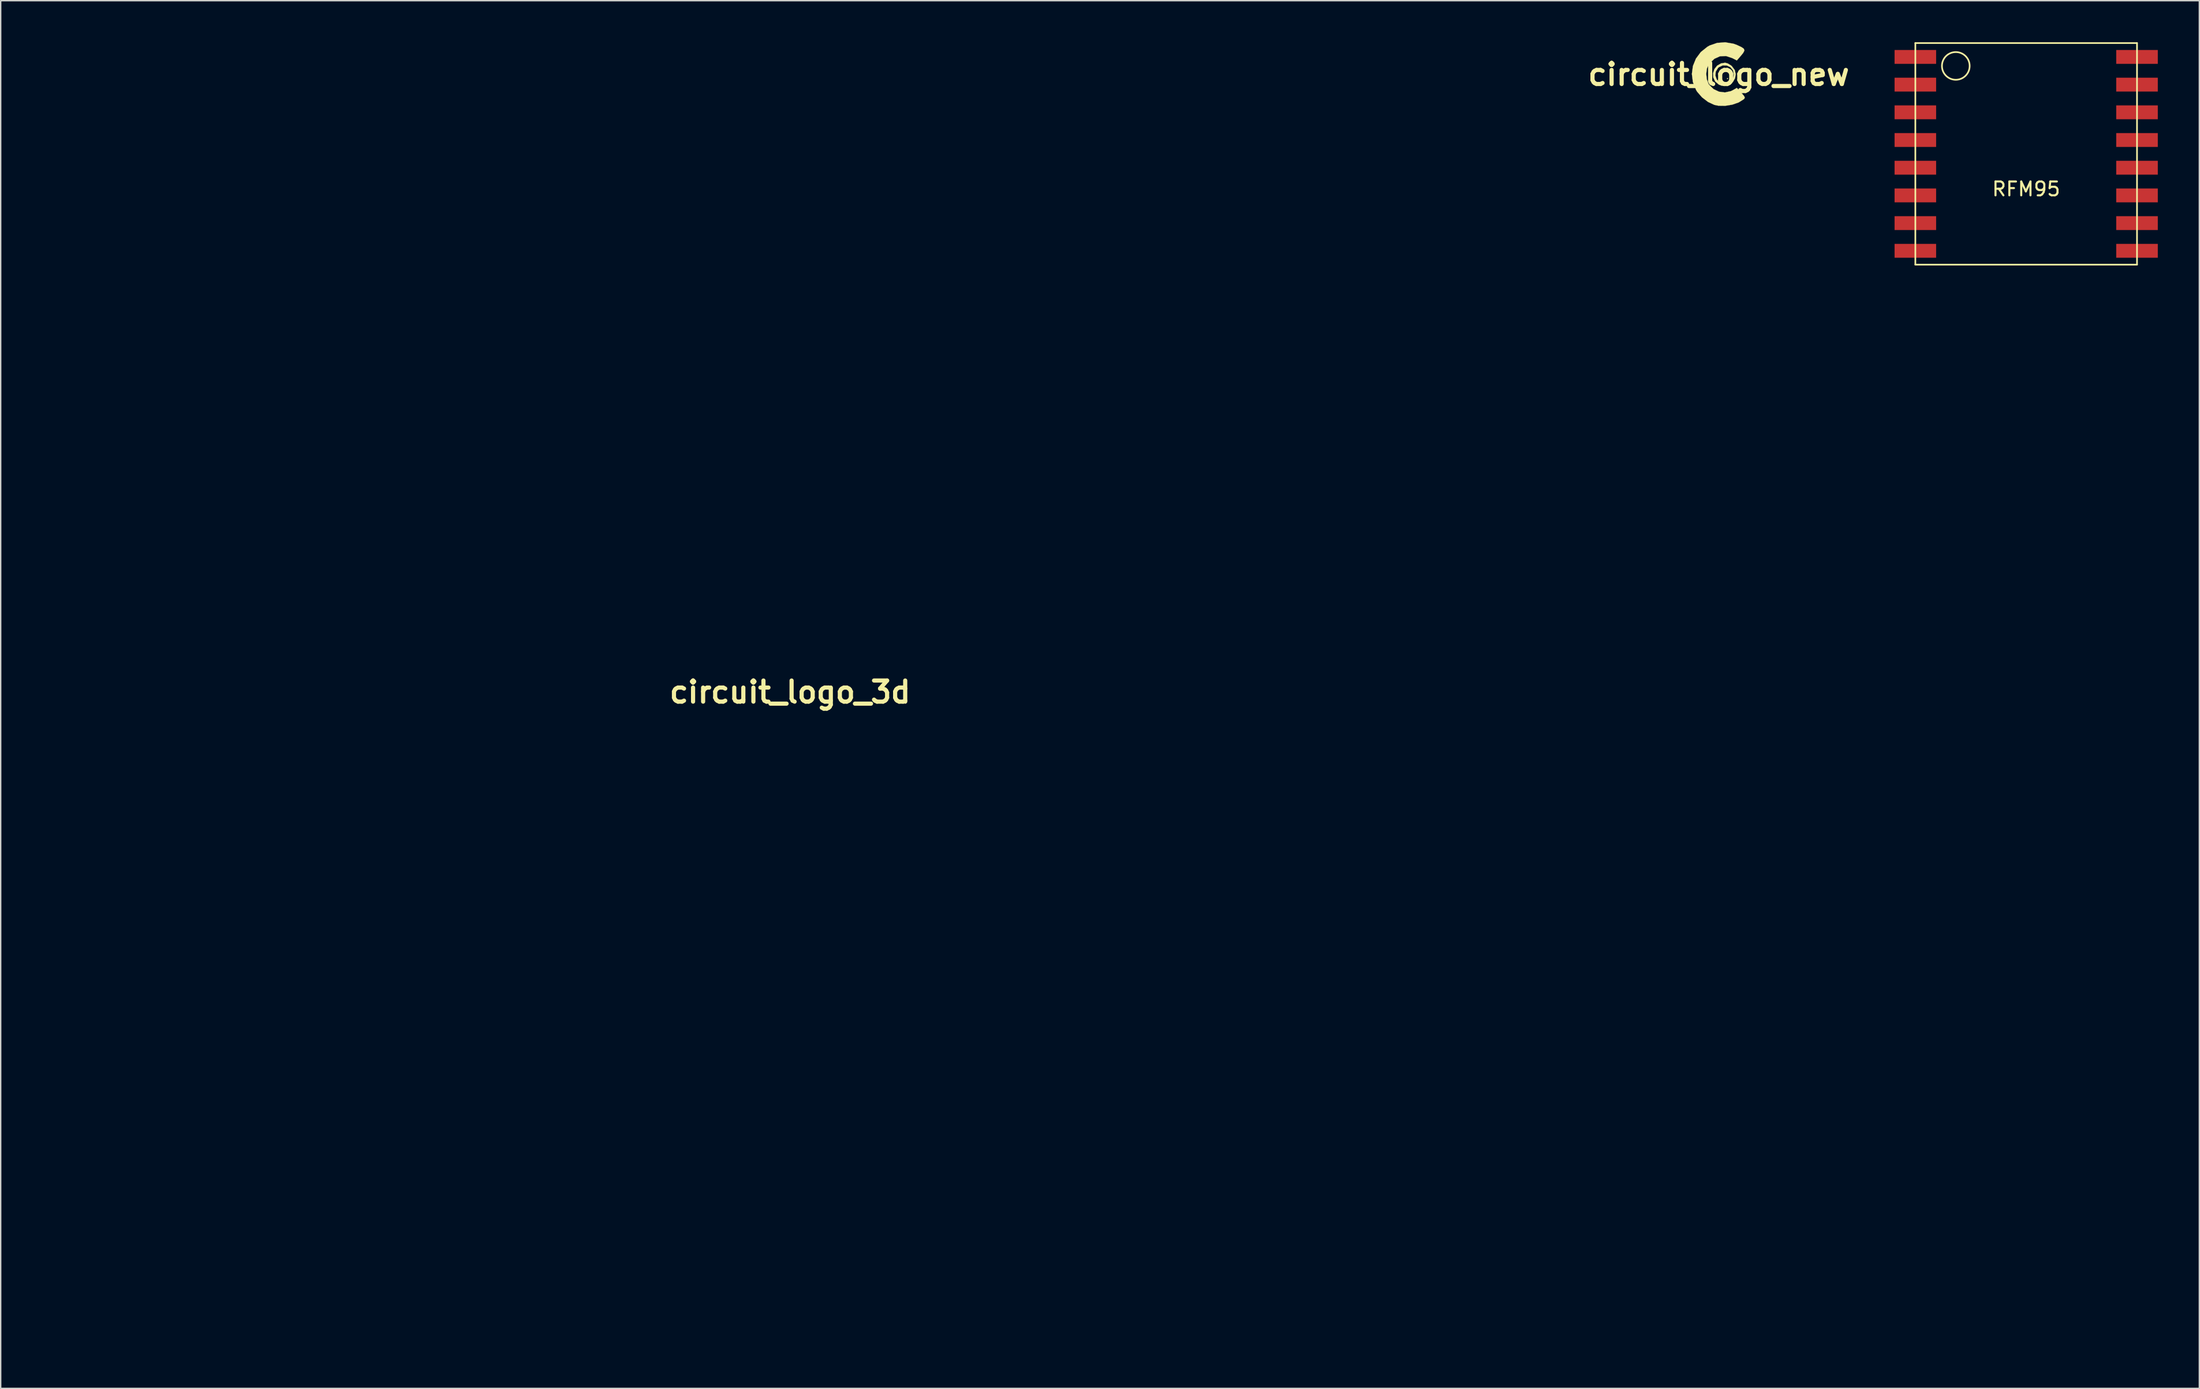
<source format=kicad_pcb>
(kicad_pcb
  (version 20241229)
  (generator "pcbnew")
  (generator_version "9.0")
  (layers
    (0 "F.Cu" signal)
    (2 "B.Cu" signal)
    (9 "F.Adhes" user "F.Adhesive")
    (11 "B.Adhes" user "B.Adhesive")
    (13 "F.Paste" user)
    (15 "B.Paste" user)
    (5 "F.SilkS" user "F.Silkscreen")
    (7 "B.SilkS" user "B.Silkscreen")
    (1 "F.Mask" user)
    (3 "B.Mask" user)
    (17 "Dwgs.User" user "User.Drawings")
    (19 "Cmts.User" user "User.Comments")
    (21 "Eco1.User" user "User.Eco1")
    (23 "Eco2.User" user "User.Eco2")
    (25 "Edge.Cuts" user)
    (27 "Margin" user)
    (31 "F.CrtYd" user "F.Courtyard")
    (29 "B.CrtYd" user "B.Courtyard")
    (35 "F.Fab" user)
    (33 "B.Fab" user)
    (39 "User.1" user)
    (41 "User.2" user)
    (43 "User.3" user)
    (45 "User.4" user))
  (footprint "circuit_logo_new"
    (layer "F.Cu")
    (at 121.008 2.326)
    (property "Reference" "circuit_logo_new" (at 0 0 0) (layer "F.SilkS") (effects (font (size 1.524 1.524) (thickness 0.3))))
    (attr through_hole)
    (fp_poly (pts (xy 0.677 0.296) (xy 0.635 0.339) (xy 0.593 0.296) (xy 0.635 0.254) (xy 0.677 0.296)) (stroke (width 0.01) (type solid)) (fill yes) (layer "F.SilkS"))
    (fp_poly (pts (xy 0.409 -0.296) (xy 0.423 -0.259) (xy 0.367 -0.148) (xy 0.259 -0.122) (xy 0.223 -0.143) (xy 0.172 -0.266) (xy 0.263 -0.336) (xy 0.296 -0.339) (xy 0.409 -0.296)) (stroke (width 0.01) (type solid)) (fill yes) (layer "F.SilkS"))
    (fp_poly (pts (xy 0.66 -0.792) (xy 0.885 -0.654) (xy 0.949 -0.601) (xy 1.159 -0.323) (xy 1.23 -0.022) (xy 1.181 0.273) (xy 1.033 0.533) (xy 0.808 0.729) (xy 0.525 0.831) (xy 0.206 0.81) (xy 0.009 0.729) (xy -0.255 0.503) (xy -0.39 0.218) (xy -0.396 0.085) (xy -0.237 0.085) (xy -0.144 0.355) (xy 0.052 0.565) (xy 0.334 0.672) (xy 0.423 0.677) (xy 0.72 0.598) (xy 0.893 0.47) (xy 1.066 0.197) (xy 1.101 0) (xy 1.029 -0.302) (xy 0.843 -0.523) (xy 0.585 -0.647) (xy 0.297 -0.654) (xy 0.021 -0.529) (xy -0.046 -0.47) (xy -0.211 -0.204) (xy -0.237 0.085) (xy -0.396 0.085) (xy -0.404 -0.09) (xy -0.308 -0.386) (xy -0.113 -0.634) (xy 0.17 -0.798) (xy 0.468 -0.847) (xy 0.66 -0.792)) (stroke (width 0.01) (type solid)) (fill yes) (layer "F.SilkS"))
    (fp_poly (pts (xy 1.065 -2.22) (xy 1.331 -2.122) (xy 1.648 -1.973) (xy 1.819 -1.851) (xy 1.856 -1.723) (xy 1.771 -1.557) (xy 1.623 -1.373) (xy 1.312 -1.011) (xy 0.977 -1.183) (xy 0.528 -1.331) (xy 0.096 -1.313) (xy -0.307 -1.133) (xy -0.666 -0.795) (xy -0.712 -0.735) (xy -0.851 -0.424) (xy -0.899 -0.038) (xy -0.855 0.359) (xy -0.721 0.699) (xy -0.692 0.742) (xy -0.373 1.056) (xy 0.023 1.244) (xy 0.454 1.298) (xy 0.88 1.206) (xy 1.027 1.134) (xy 1.312 0.97) (xy 1.629 1.319) (xy 1.806 1.522) (xy 1.88 1.644) (xy 1.866 1.728) (xy 1.799 1.798) (xy 1.438 2.023) (xy 0.976 2.182) (xy 0.471 2.264) (xy -0.018 2.258) (xy -0.308 2.199) (xy -0.767 1.985) (xy -1.2 1.654) (xy -1.547 1.256) (xy -1.631 1.122) (xy -1.861 0.549) (xy -1.935 -0.037) (xy -1.859 -0.611) (xy -1.641 -1.146) (xy -1.29 -1.617) (xy -0.812 -2) (xy -0.647 -2.093) (xy -0.109 -2.278) (xy 0.477 -2.321) (xy 1.065 -2.22)) (stroke (width 0.01) (type solid)) (fill yes) (layer "F.SilkS")))
  (footprint "circuit_logo_3d"
    (layer "F.Cu")
    (at 53.98 46.924)
    (property "Reference" "circuit_logo_3d" (at 0 0 0) (layer "F.SilkS") (effects (font (size 1.524 1.524) (thickness 0.3))))
    (attr through_hole)
    (fp_poly (pts (xy -20.461 -10.76) (xy -20.637 -10.583) (xy -20.814 -10.76) (xy -20.637 -10.936) (xy -20.461 -10.76)) (stroke (width 0.01) (type solid)) (fill no) (layer "Eco2.User"))
    (fp_poly (pts (xy -14.111 28.751) (xy -14.287 28.928) (xy -14.464 28.751) (xy -14.287 28.575) (xy -14.111 28.751)) (stroke (width 0.01) (type solid)) (fill no) (layer "Eco2.User"))
    (fp_poly (pts (xy 11.994 -24.165) (xy 11.818 -23.989) (xy 11.642 -24.165) (xy 11.818 -24.342) (xy 11.994 -24.165)) (stroke (width 0.01) (type solid)) (fill no) (layer "Eco2.User"))
    (fp_poly (pts (xy 12.7 -23.812) (xy 12.524 -23.636) (xy 12.347 -23.812) (xy 12.524 -23.989) (xy 12.7 -23.812)) (stroke (width 0.01) (type solid)) (fill no) (layer "Eco2.User"))
    (fp_poly (pts (xy 15.522 -11.818) (xy 15.346 -11.642) (xy 15.169 -11.818) (xy 15.346 -11.994) (xy 15.522 -11.818)) (stroke (width 0.01) (type solid)) (fill no) (layer "Eco2.User"))
    (fp_poly (pts (xy 20.814 -34.043) (xy 20.638 -33.867) (xy 20.461 -34.043) (xy 20.638 -34.219) (xy 20.814 -34.043)) (stroke (width 0.01) (type solid)) (fill no) (layer "Eco2.User"))
    (fp_poly (pts (xy 23.283 -34.749) (xy 23.107 -34.572) (xy 22.931 -34.749) (xy 23.107 -34.925) (xy 23.283 -34.749)) (stroke (width 0.01) (type solid)) (fill no) (layer "Eco2.User"))
    (fp_poly (pts (xy 18.932 -33.396) (xy 18.884 -33.187) (xy 18.697 -33.161) (xy 18.407 -33.29) (xy 18.462 -33.396) (xy 18.881 -33.439) (xy 18.932 -33.396)) (stroke (width 0.01) (type solid)) (fill no) (layer "Eco2.User"))
    (fp_poly (pts (xy 29.163 -36.571) (xy 29.115 -36.362) (xy 28.928 -36.336) (xy 28.637 -36.465) (xy 28.693 -36.571) (xy 29.111 -36.614) (xy 29.163 -36.571)) (stroke (width 0.01) (type solid)) (fill no) (layer "Eco2.User"))
    (fp_poly (pts (xy 17.146 -10.678) (xy 18.051 -9.916) (xy 18.902 -8.999) (xy 19.573 -8.094) (xy 19.933 -7.368) (xy 19.931 -7.053) (xy 19.503 -6.722) (xy 19.041 -7.08) (xy 18.732 -7.65) (xy 18.251 -8.498) (xy 17.533 -9.553) (xy 17.176 -10.026) (xy 16.051 -11.453) (xy 17.146 -10.678)) (stroke (width 0.01) (type solid)) (fill no) (layer "Eco2.User"))
    (fp_poly (pts (xy 22.777 -29.559) (xy 23.471 -29.001) (xy 24.13 -28.106) (xy 24.235 -27.909) (xy 24.44 -27.422) (xy 24.597 -26.829) (xy 24.71 -26.034) (xy 24.788 -24.939) (xy 24.836 -23.447) (xy 24.861 -21.46) (xy 24.869 -18.881) (xy 24.869 -18.386) (xy 24.868 -15.77) (xy 24.859 -13.771) (xy 24.833 -12.304) (xy 24.783 -11.281) (xy 24.7 -10.614) (xy 24.576 -10.216) (xy 24.404 -10.001) (xy 24.175 -9.88) (xy 24.077 -9.843) (xy 23.467 -9.645) (xy 23.27 -9.625) (xy 23.264 -9.983) (xy 23.253 -10.953) (xy 23.238 -12.439) (xy 23.22 -14.346) (xy 23.2 -16.581) (xy 23.182 -18.697) (xy 23.152 -21.552) (xy 23.111 -23.789) (xy 23.053 -25.497) (xy 22.974 -26.762) (xy 22.867 -27.672) (xy 22.726 -28.316) (xy 22.546 -28.781) (xy 22.529 -28.814) (xy 21.952 -29.935) (xy 22.777 -29.559)) (stroke (width 0.01) (type solid)) (fill no) (layer "Eco2.User"))
    (fp_poly (pts (xy 24.796 12.815) (xy 24.908 13.196) (xy 24.984 13.925) (xy 25.025 15.077) (xy 25.036 16.726) (xy 25.019 18.947) (xy 24.989 21.078) (xy 24.944 23.73) (xy 24.899 25.781) (xy 24.841 27.334) (xy 24.76 28.496) (xy 24.646 29.37) (xy 24.488 30.061) (xy 24.274 30.672) (xy 23.995 31.31) (xy 23.921 31.468) (xy 23.144 32.871) (xy 22.227 33.873) (xy 21.283 34.548) (xy 20.035 35.273) (xy 19.247 35.564) (xy 18.831 35.426) (xy 18.698 34.87) (xy 18.697 34.783) (xy 18.967 33.996) (xy 19.837 33.266) (xy 19.951 33.196) (xy 21.007 32.302) (xy 21.918 30.895) (xy 22.145 30.428) (xy 22.456 29.729) (xy 22.692 29.082) (xy 22.865 28.374) (xy 22.989 27.493) (xy 23.076 26.325) (xy 23.138 24.758) (xy 23.188 22.678) (xy 23.223 20.814) (xy 23.277 18.219) (xy 23.341 16.245) (xy 23.429 14.807) (xy 23.557 13.821) (xy 23.739 13.203) (xy 23.991 12.867) (xy 24.326 12.729) (xy 24.643 12.705) (xy 24.796 12.815)) (stroke (width 0.01) (type solid)) (fill no) (layer "Eco2.User"))
    (fp_poly (pts (xy 5.521 -25.903) (xy 6.963 -25.861) (xy 8.009 -25.761) (xy 8.814 -25.585) (xy 9.531 -25.314) (xy 9.878 -25.151) (xy 10.7 -24.725) (xy 10.9 -24.55) (xy 10.505 -24.599) (xy 10.407 -24.622) (xy 9.647 -24.716) (xy 8.362 -24.788) (xy 6.731 -24.83) (xy 4.939 -24.837) (xy 2.973 -24.804) (xy 1.508 -24.722) (xy 0.335 -24.561) (xy -0.748 -24.292) (xy -1.95 -23.884) (xy -2.117 -23.823) (xy -6.119 -22.023) (xy -9.698 -19.726) (xy -12.891 -16.899) (xy -15.734 -13.505) (xy -18.264 -9.509) (xy -19.613 -6.879) (xy -21.893 -1.475) (xy -23.532 3.852) (xy -24.561 9.237) (xy -25.013 14.816) (xy -25.04 16.581) (xy -24.828 21.082) (xy -24.199 25.367) (xy -23.179 29.352) (xy -21.796 32.95) (xy -20.078 36.075) (xy -18.051 38.642) (xy -17.954 38.743) (xy -16.956 39.776) (xy -16.442 40.352) (xy -16.389 40.505) (xy -16.776 40.268) (xy -17.11 40.027) (xy -19.62 37.758) (xy -21.819 34.908) (xy -23.66 31.546) (xy -25.097 27.745) (xy -25.166 27.517) (xy -26.238 22.8) (xy -26.755 17.844) (xy -26.739 12.744) (xy -26.214 7.598) (xy -25.202 2.502) (xy -23.727 -2.447) (xy -21.811 -7.153) (xy -19.477 -11.518) (xy -16.749 -15.446) (xy -14.307 -18.199) (xy -12.018 -20.33) (xy -9.78 -22.014) (xy -7.358 -23.401) (xy -4.514 -24.645) (xy -3.881 -24.887) (xy -2.722 -25.299) (xy -1.71 -25.58) (xy -0.659 -25.756) (xy 0.618 -25.852) (xy 2.308 -25.895) (xy 3.528 -25.905) (xy 5.521 -25.903)) (stroke (width 0.01) (type solid)) (fill no) (layer "Eco2.User"))
    (fp_poly (pts (xy 54.328 47.272) (xy -53.975 47.272) (xy -53.975 12.681) (xy -33.666 12.681) (xy -33.373 15.872) (xy -32.796 19.235) (xy -31.977 22.557) (xy -30.958 25.624) (xy -30.13 27.545) (xy -28.62 30.163) (xy -26.823 32.482) (xy -24.859 34.363) (xy -22.973 35.609) (xy -21.947 36.261) (xy -20.715 37.226) (xy -19.548 38.292) (xy -16.942 40.413) (xy -13.969 41.992) (xy -10.747 42.994) (xy -7.394 43.39) (xy -4.029 43.147) (xy -2.664 42.852) (xy 1.61 41.38) (xy 5.677 39.259) (xy 9.459 36.535) (xy 11.719 34.471) (xy 14.176 32.013) (xy 16.228 34.043) (xy 17.299 35.065) (xy 18.055 35.657) (xy 18.654 35.914) (xy 19.252 35.928) (xy 19.37 35.913) (xy 20.203 35.906) (xy 20.461 36.221) (xy 20.609 36.588) (xy 21.124 36.648) (xy 22.115 36.398) (xy 22.742 36.185) (xy 23.683 35.87) (xy 25.085 35.425) (xy 26.729 34.918) (xy 27.869 34.574) (xy 29.515 34.081) (xy 31.024 33.626) (xy 32.199 33.27) (xy 32.72 33.11) (xy 33.867 32.754) (xy 33.867 19.728) (xy 33.86 16.775) (xy 33.84 14.057) (xy 33.809 11.651) (xy 33.769 9.635) (xy 33.72 8.086) (xy 33.666 7.083) (xy 33.606 6.703) (xy 33.602 6.702) (xy 33.194 6.799) (xy 32.224 7.069) (xy 30.805 7.479) (xy 29.049 7.996) (xy 27.26 8.531) (xy 21.183 10.361) (xy 19.967 12.921) (xy 17.619 17.078) (xy 14.762 20.753) (xy 11.425 23.923) (xy 7.636 26.564) (xy 3.424 28.652) (xy -0.375 29.949) (xy -2.916 30.47) (xy -5.614 30.704) (xy -8.249 30.651) (xy -10.599 30.311) (xy -11.829 29.952) (xy -12.846 29.54) (xy -13.503 29.212) (xy -13.655 29.06) (xy -13.257 29.066) (xy -12.506 29.291) (xy -12.484 29.299) (xy -11.227 29.581) (xy -9.484 29.702) (xy -7.454 29.671) (xy -5.339 29.495) (xy -3.336 29.18) (xy -2.253 28.923) (xy 2.326 27.305) (xy 6.489 25.127) (xy 10.213 22.407) (xy 13.473 19.165) (xy 16.248 15.42) (xy 18.197 11.875) (xy 19.407 9.328) (xy 25.74 7.412) (xy 27.719 6.809) (xy 29.437 6.276) (xy 30.792 5.847) (xy 31.68 5.553) (xy 32 5.428) (xy 31.999 5.427) (xy 31.254 4.773) (xy 30.213 3.935) (xy 29.011 3.012) (xy 27.784 2.104) (xy 26.667 1.31) (xy 25.794 0.73) (xy 25.301 0.462) (xy 25.25 0.457) (xy 24.801 0.594) (xy 23.793 0.894) (xy 22.342 1.32) (xy 20.567 1.839) (xy 18.938 2.314) (xy 13.004 4.039) (xy 11.414 7.117) (xy 8.898 11.324) (xy 5.991 14.946) (xy 2.68 17.995) (xy -1.048 20.483) (xy -5.207 22.423) (xy -6.617 22.925) (xy -8.247 23.438) (xy -9.589 23.773) (xy -10.899 23.967) (xy -12.431 24.062) (xy -14.192 24.094) (xy -16.117 24.077) (xy -17.579 23.995) (xy -18.487 23.856) (xy -18.726 23.748) (xy -19.183 23.021) (xy -19.692 21.789) (xy -20.195 20.246) (xy -20.634 18.584) (xy -20.949 16.996) (xy -21.064 16.051) (xy -21.007 13.735) (xy -20.555 11.035) (xy -19.761 8.111) (xy -18.676 5.123) (xy -17.354 2.233) (xy -15.848 -0.399) (xy -15.49 -0.938) (xy -12.757 -4.318) (xy -9.517 -7.258) (xy -5.851 -9.709) (xy -1.839 -11.622) (xy 2.44 -12.949) (xy 5.106 -13.444) (xy 7.611 -13.681) (xy 9.672 -13.641) (xy 11.223 -13.33) (xy 12.199 -12.758) (xy 12.364 -12.546) (xy 12.889 -11.908) (xy 13.777 -11.039) (xy 14.904 -10.037) (xy 16.146 -9.004) (xy 17.378 -8.039) (xy 18.477 -7.241) (xy 19.319 -6.71) (xy 19.78 -6.547) (xy 19.803 -6.555) (xy 20.315 -6.524) (xy 20.628 -6.247) (xy 20.855 -6.037) (xy 21.22 -5.957) (xy 21.837 -6.026) (xy 22.819 -6.263) (xy 24.282 -6.687) (xy 25.601 -7.09) (xy 27.482 -7.668) (xy 29.3 -8.223) (xy 30.857 -8.693) (xy 31.954 -9.019) (xy 32.015 -9.037) (xy 33.867 -9.575) (xy 33.867 -35.707) (xy 32.897 -35.48) (xy 31.911 -35.221) (xy 30.422 -34.797) (xy 28.598 -34.257) (xy 26.608 -33.653) (xy 24.62 -33.034) (xy 23.195 -32.578) (xy 21.931 -32.132) (xy 20.977 -31.724) (xy 20.492 -31.426) (xy 20.461 -31.368) (xy 20.159 -31.125) (xy 19.579 -31.044) (xy 18.906 -31.192) (xy 18.7 -31.764) (xy 18.697 -31.897) (xy 18.772 -32.348) (xy 19.085 -32.706) (xy 19.772 -33.056) (xy 20.965 -33.484) (xy 21.431 -33.637) (xy 23.308 -34.234) (xy 25.316 -34.856) (xy 27.286 -35.451) (xy 29.05 -35.969) (xy 30.439 -36.359) (xy 31.14 -36.54) (xy 32.118 -36.769) (xy 31.317 -37.465) (xy 30.669 -37.998) (xy 29.647 -38.81) (xy 28.437 -39.751) (xy 28.036 -40.059) (xy 25.557 -41.958) (xy 23.803 -41.472) (xy 22.822 -41.193) (xy 21.344 -40.763) (xy 19.548 -40.236) (xy 17.611 -39.663) (xy 17.022 -39.487) (xy 11.994 -37.989) (xy 12.002 -36.898) (xy 12.095 -36.269) (xy 12.437 -35.661) (xy 13.139 -34.932) (xy 14.295 -33.952) (xy 16.581 -32.097) (xy 16.581 -21.195) (xy 14.269 -22.945) (xy 13.159 -23.755) (xy 12.247 -24.366) (xy 11.689 -24.676) (xy 11.614 -24.694) (xy 11.218 -24.921) (xy 10.45 -25.525) (xy 9.447 -26.398) (xy 8.965 -26.84) (xy 6.16 -29.013) (xy 3.137 -30.516) (xy -0.112 -31.352) (xy -3.594 -31.521) (xy -5.264 -31.377) (xy -9.374 -30.516) (xy -13.233 -28.998) (xy -16.834 -26.827) (xy -20.173 -24.009) (xy -23.243 -20.548) (xy -26.038 -16.449) (xy -27.855 -13.151) (xy -29.581 -9.337) (xy -30.985 -5.335) (xy -32.095 -1.027) (xy -32.942 3.703) (xy -33.554 8.973) (xy -33.633 9.878) (xy -33.666 12.681) (xy -53.975 12.681) (xy -53.975 -46.919) (xy 54.328 -46.919) (xy 54.328 47.272)) (stroke (width 0.01) (type solid)) (fill no) (layer "Eco2.User")))
  (footprint "RFM95"
    (layer "F.Cu")
    (at 143.204 8.06)
    (property "Reference" "RFM95" (at 0 2.54 0) (layer "F.SilkS") (effects (font (size 1 1) (thickness 0.15))))
    (attr through_hole)
    (fp_line (start -8 -8) (end 8 -8) (stroke (width 0.12) (type solid)) (layer "F.SilkS"))
    (fp_line (start -8 8) (end -8 -8) (stroke (width 0.12) (type solid)) (layer "F.SilkS"))
    (fp_line (start -8 8) (end 8 8) (stroke (width 0.12) (type solid)) (layer "F.SilkS"))
    (fp_line (start 8 -8) (end 8 8) (stroke (width 0.12) (type solid)) (layer "F.SilkS"))
    (fp_circle (center -5.08 -6.35) (end -4.08 -6.35) (stroke (width 0.12) (type solid)) (fill no) (layer "F.SilkS"))
    (pad "1" smd rect (at -8 -7) (size 3 1) (layers "F.Cu" "F.Mask" "F.Paste"))
    (pad "2" smd rect (at -8 -5) (size 3 1) (layers "F.Cu" "F.Mask" "F.Paste"))
    (pad "3" smd rect (at -8 -3) (size 3 1) (layers "F.Cu" "F.Mask" "F.Paste"))
    (pad "4" smd rect (at -8 -1) (size 3 1) (layers "F.Cu" "F.Mask" "F.Paste"))
    (pad "5" smd rect (at -8 1) (size 3 1) (layers "F.Cu" "F.Mask" "F.Paste"))
    (pad "6" smd rect (at -8 3) (size 3 1) (layers "F.Cu" "F.Mask" "F.Paste"))
    (pad "7" smd rect (at -8 5) (size 3 1) (layers "F.Cu" "F.Mask" "F.Paste"))
    (pad "8" smd rect (at -8 7) (size 3 1) (layers "F.Cu" "F.Mask" "F.Paste"))
    (pad "9" smd rect (at 8 7) (size 3 1) (layers "F.Cu" "F.Mask" "F.Paste"))
    (pad "10" smd rect (at 8 5) (size 3 1) (layers "F.Cu" "F.Mask" "F.Paste"))
    (pad "11" smd rect (at 8 3) (size 3 1) (layers "F.Cu" "F.Mask" "F.Paste"))
    (pad "12" smd rect (at 8 1) (size 3 1) (layers "F.Cu" "F.Mask" "F.Paste"))
    (pad "13" smd rect (at 8 -1) (size 3 1) (layers "F.Cu" "F.Mask" "F.Paste"))
    (pad "14" smd rect (at 8 -3) (size 3 1) (layers "F.Cu" "F.Mask" "F.Paste"))
    (pad "15" smd rect (at 8 -5) (size 3 1) (layers "F.Cu" "F.Mask" "F.Paste"))
    (pad "16" smd rect (at 8 -7) (size 3 1) (layers "F.Cu" "F.Mask" "F.Paste")))
  (gr_rect
    (start -3 -3)
    (end 155.704 97.202)
    (stroke (width 0.1) (type default))
    (fill no)
    (layer "Edge.Cuts")))
</source>
